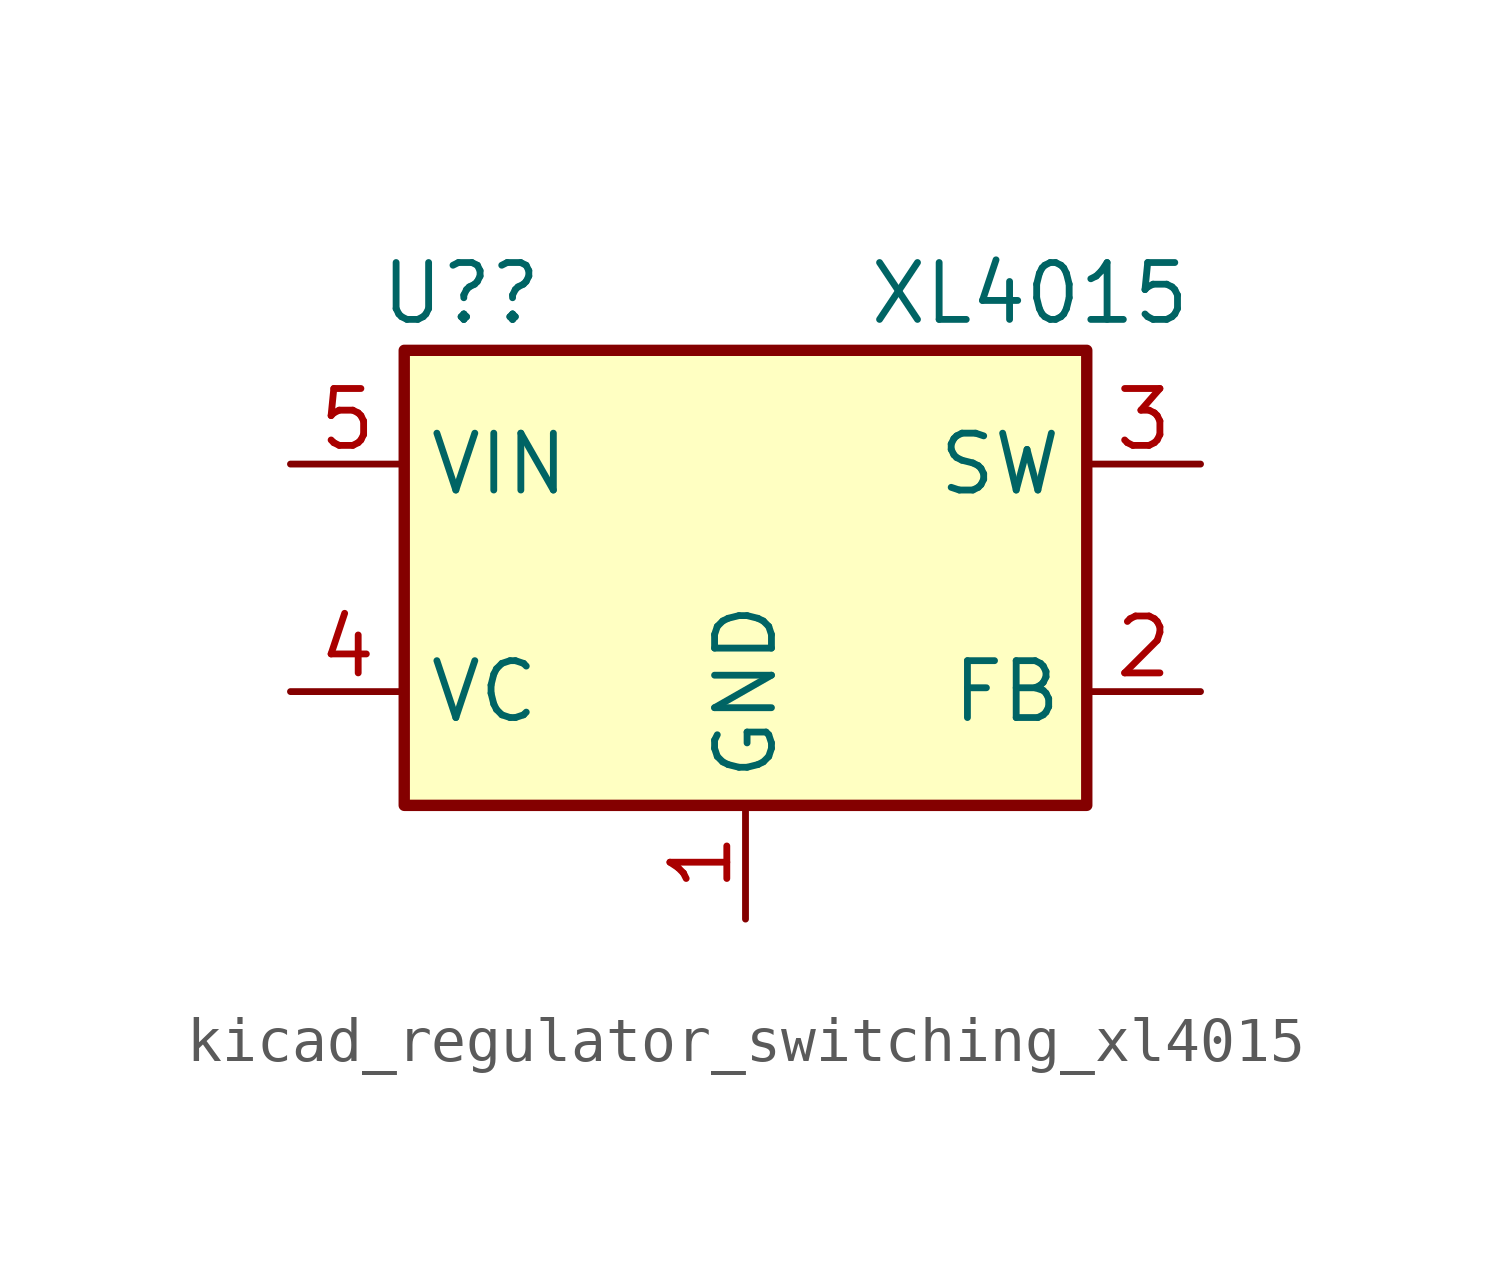
<source format=kicad_sym>
(kicad_symbol_lib
  (version 20220914)
  (generator kicad_symbol_editor)
  (symbol "kicad_regulator_switching_xl4015"
    (property "Reference" "U?"
      (at -6.35 6.35 0)
      (effects (font (size 1.27 1.27))))
    (property "Value" "XL4015"
      (at 6.35 6.35 0)
      (effects (font (size 1.27 1.27))))
    (symbol "kicad_regulator_switching_xl4015_0_1"
      (rectangle (start -7.62 5.08) (end 7.62 -5.08) (stroke (width 0.254) (type default)) (fill (type background))))
    (symbol "kicad_regulator_switching_xl4015_1_1"
      (pin power_in line (at 0 -7.62 90) (length 2.54) (name "GND" (effects (font (size 1.27 1.27)))) (number "1" (effects (font (size 1.27 1.27)))))
      (pin input line (at 10.16 -2.54 180) (length 2.54) (name "FB" (effects (font (size 1.27 1.27)))) (number "2" (effects (font (size 1.27 1.27)))))
      (pin power_out line (at 10.16 2.54 180) (length 2.54) (name "SW" (effects (font (size 1.27 1.27)))) (number "3" (effects (font (size 1.27 1.27)))))
      (pin input line (at -10.16 -2.54 0) (length 2.54) (name "VC" (effects (font (size 1.27 1.27)))) (number "4" (effects (font (size 1.27 1.27)))))
      (pin power_in line (at -10.16 2.54 0) (length 2.54) (name "VIN" (effects (font (size 1.27 1.27)))) (number "5" (effects (font (size 1.27 1.27))))))))
</source>
